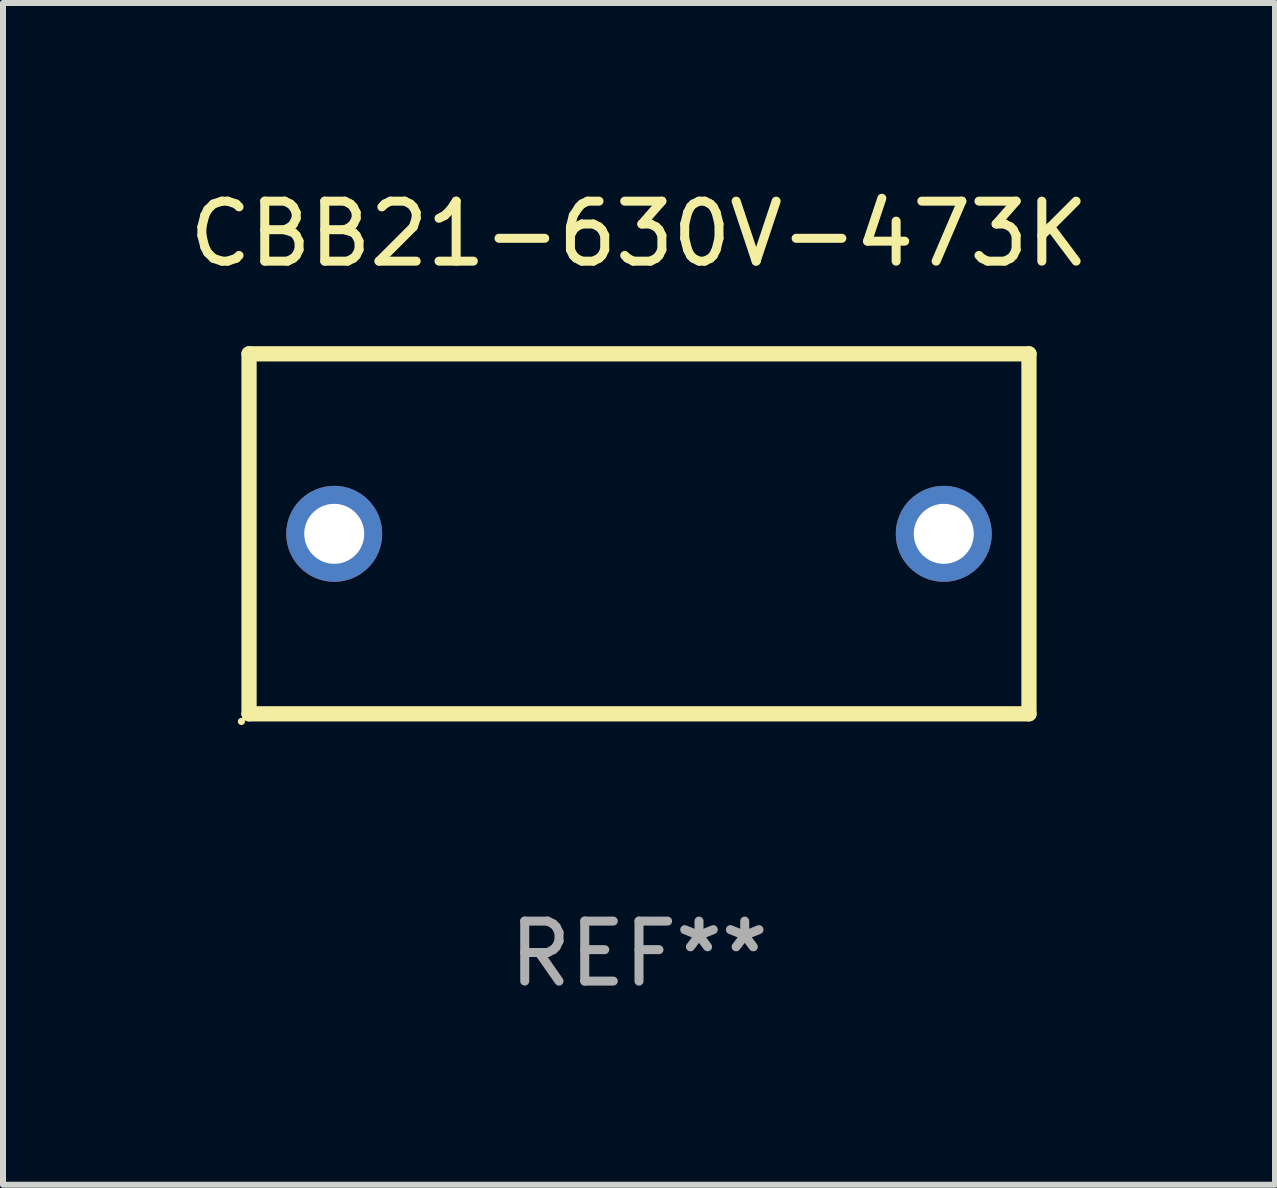
<source format=kicad_pcb>
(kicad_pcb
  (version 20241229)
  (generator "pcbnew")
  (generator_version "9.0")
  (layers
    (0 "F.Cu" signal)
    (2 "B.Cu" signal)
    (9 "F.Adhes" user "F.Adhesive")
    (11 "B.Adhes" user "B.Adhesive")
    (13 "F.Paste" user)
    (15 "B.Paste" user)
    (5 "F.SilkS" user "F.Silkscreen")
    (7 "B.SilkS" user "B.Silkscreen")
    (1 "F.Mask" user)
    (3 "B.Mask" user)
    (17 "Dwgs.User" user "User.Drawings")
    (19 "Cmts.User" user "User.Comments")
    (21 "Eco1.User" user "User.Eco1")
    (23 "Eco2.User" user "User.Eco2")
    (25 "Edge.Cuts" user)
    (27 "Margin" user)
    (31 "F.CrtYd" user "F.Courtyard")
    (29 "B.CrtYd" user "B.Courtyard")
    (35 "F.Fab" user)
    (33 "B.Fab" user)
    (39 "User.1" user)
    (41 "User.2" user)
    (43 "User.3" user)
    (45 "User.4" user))
  (footprint "CBB21-630V-473K"
    (layer "F.Cu")
    (at 7.601 5.848)
    (property "Reference" "CBB21-630V-473K" (at 0 -5 0) (layer "F.SilkS") (effects (font (size 1 1) (thickness 0.15))))
    (attr through_hole)
    (fp_line (start -6.5 -3) (end 6.5 -3) (stroke (width 0.254) (type solid)) (layer "F.SilkS"))
    (fp_line (start -6.5 3) (end -6.5 -3) (stroke (width 0.254) (type solid)) (layer "F.SilkS"))
    (fp_line (start 6.5 -3) (end 6.5 3) (stroke (width 0.254) (type solid)) (layer "F.SilkS"))
    (fp_line (start 6.5 3) (end -6.5 3) (stroke (width 0.254) (type solid)) (layer "F.SilkS"))
    (fp_circle (center -6.627 3.127) (end -6.597 3.127) (stroke (width 0.06) (type solid)) (fill no) (layer "F.SilkS"))
    (fp_text user "REF**" (at 0 7 0) (layer "F.Fab") (effects (font (size 1 1) (thickness 0.15))))
    (pad "1" thru_hole circle (at -5.08 0) (size 1.6 1.6) (drill 1) (layers "*.Cu" "*.Mask"))
    (pad "2" thru_hole circle (at 5.08 0) (size 1.6 1.6) (drill 1) (layers "*.Cu" "*.Mask")))
  (gr_rect
    (start -3 -3)
    (end 18.202 16.697)
    (stroke (width 0.1) (type default))
    (fill no)
    (layer "Edge.Cuts")))
</source>
